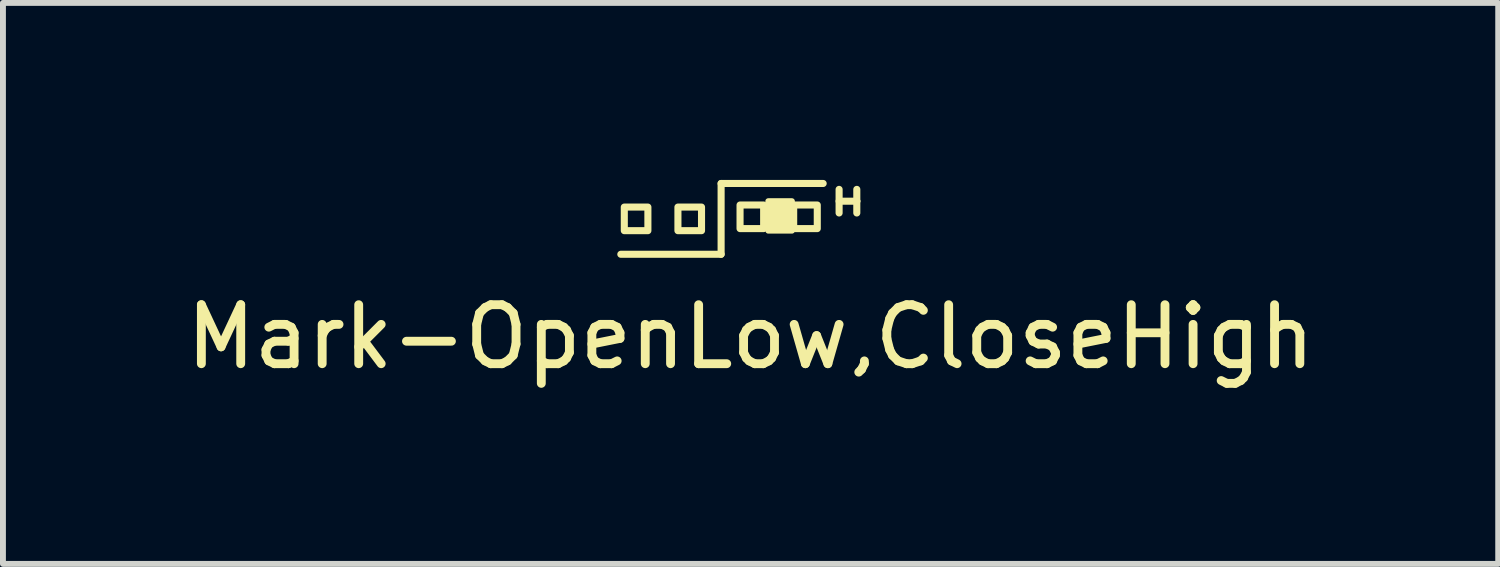
<source format=kicad_pcb>
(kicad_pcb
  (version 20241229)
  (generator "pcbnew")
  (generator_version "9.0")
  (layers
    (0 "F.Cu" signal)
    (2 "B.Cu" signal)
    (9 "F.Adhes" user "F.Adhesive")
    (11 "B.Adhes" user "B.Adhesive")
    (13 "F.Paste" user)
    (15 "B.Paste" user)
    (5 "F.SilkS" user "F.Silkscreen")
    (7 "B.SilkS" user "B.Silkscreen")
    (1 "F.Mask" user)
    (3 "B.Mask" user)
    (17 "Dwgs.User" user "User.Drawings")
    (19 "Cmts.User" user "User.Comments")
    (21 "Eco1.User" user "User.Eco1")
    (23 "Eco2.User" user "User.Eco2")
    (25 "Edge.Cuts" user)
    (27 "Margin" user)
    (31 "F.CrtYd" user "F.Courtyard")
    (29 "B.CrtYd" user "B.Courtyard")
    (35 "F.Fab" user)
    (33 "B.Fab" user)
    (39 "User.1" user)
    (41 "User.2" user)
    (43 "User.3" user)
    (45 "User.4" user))
  (footprint "Mark-OpenLow,CloseHigh"
    (layer "F.Cu")
    (at 9.173 0.66)
    (property "Reference" "Mark-OpenLow,CloseHigh" (at 0.5 2 0) (unlocked yes) (layer "F.SilkS") (effects (font (size 1 1) (thickness 0.15))))
    (attr through_hole)
    (fp_line (start -1.7 0.6) (end 0 0.6) (stroke (width 0.12) (type solid)) (layer "F.SilkS"))
    (fp_line (start 0 -0.6) (end 0 0.6) (stroke (width 0.12) (type solid)) (layer "F.SilkS"))
    (fp_line (start 0 -0.6) (end 1.73 -0.6) (stroke (width 0.12) (type solid)) (layer "F.SilkS"))
    (fp_line (start 2 -0.5) (end 2 -0.1) (stroke (width 0.12) (type solid)) (layer "F.SilkS"))
    (fp_line (start 2 -0.3) (end 2.3 -0.3) (stroke (width 0.12) (type solid)) (layer "F.SilkS"))
    (fp_line (start 2.3 -0.3) (end 2.3 -0.5) (stroke (width 0.12) (type solid)) (layer "F.SilkS"))
    (fp_line (start 2.3 -0.3) (end 2.3 -0.1) (stroke (width 0.12) (type solid)) (layer "F.SilkS"))
    (fp_rect (start -1.641 -0.2) (end -1.241 0.2) (stroke (width 0.12) (type solid)) (fill no) (layer "F.SilkS"))
    (fp_rect (start -0.732 -0.2) (end -0.332 0.2) (stroke (width 0.12) (type solid)) (fill no) (layer "F.SilkS"))
    (fp_rect (start 0.321 -0.235) (end 0.721 0.165) (stroke (width 0.12) (type solid)) (fill no) (layer "F.SilkS"))
    (fp_rect (start 1.23 -0.235) (end 1.63 0.165) (stroke (width 0.12) (type solid)) (fill no) (layer "F.SilkS"))
    (fp_poly (pts (xy 1.2 0.2) (xy 0.8 0.2) (xy 0.8 -0.3) (xy 1.2 -0.3)) (stroke (width 0.1) (type solid)) (fill yes) (layer "F.SilkS")))
  (gr_rect
    (start -3 -3)
    (end 22.345 6.508)
    (stroke (width 0.1) (type default))
    (fill no)
    (layer "Edge.Cuts")))
</source>
